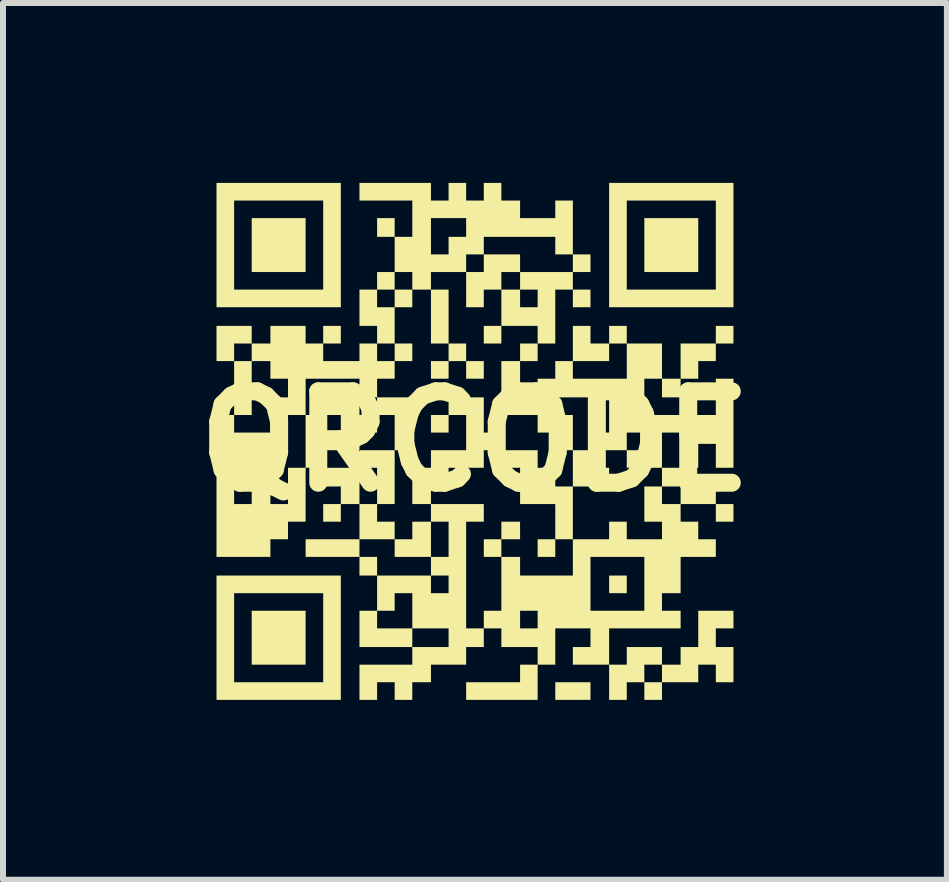
<source format=kicad_pcb>
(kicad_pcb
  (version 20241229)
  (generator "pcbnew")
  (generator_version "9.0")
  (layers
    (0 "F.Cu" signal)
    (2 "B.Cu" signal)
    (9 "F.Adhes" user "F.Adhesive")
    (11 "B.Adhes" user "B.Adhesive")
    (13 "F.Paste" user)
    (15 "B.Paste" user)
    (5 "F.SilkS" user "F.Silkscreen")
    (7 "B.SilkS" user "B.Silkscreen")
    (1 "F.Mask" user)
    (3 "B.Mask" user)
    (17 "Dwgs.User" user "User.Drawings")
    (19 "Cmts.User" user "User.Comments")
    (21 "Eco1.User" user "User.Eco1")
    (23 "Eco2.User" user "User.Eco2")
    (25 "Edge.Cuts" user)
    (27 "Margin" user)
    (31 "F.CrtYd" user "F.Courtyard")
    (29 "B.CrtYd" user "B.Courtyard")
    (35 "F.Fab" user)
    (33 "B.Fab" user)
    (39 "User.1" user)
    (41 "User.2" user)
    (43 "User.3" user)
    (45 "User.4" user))
  (footprint "QRCODE"
    (layer "F.Cu")
    (at 4.87 4.31)
    (property "Reference" "QRCODE" (at 0 0 0) (layer "F.SilkS") (effects (font (size 1.524 1.524) (thickness 0.3))))
    (attr board_only exclude_from_pos_files exclude_from_bom)
    (fp_poly (pts (xy -2.824 -2.824) (xy -3.723 -2.824) (xy -3.723 -3.723) (xy -2.824 -3.723)) (stroke (width 0) (type solid)) (fill yes) (layer "F.SilkS"))
    (fp_poly (pts (xy -2.824 3.723) (xy -3.723 3.723) (xy -3.723 2.824) (xy -2.824 2.824)) (stroke (width 0) (type solid)) (fill yes) (layer "F.SilkS"))
    (fp_poly (pts (xy -2.237 -1.632) (xy -2.531 -1.632) (xy -2.531 -1.926) (xy -2.237 -1.926)) (stroke (width 0) (type solid)) (fill yes) (layer "F.SilkS"))
    (fp_poly (pts (xy -2.237 1.339) (xy -2.531 1.339) (xy -2.531 1.045) (xy -2.237 1.045)) (stroke (width 0) (type solid)) (fill yes) (layer "F.SilkS"))
    (fp_poly (pts (xy -1.926 1.926) (xy -2.824 1.926) (xy -2.824 1.632) (xy -1.926 1.632)) (stroke (width 0) (type solid)) (fill yes) (layer "F.SilkS"))
    (fp_poly (pts (xy -1.632 2.237) (xy -1.926 2.237) (xy -1.926 1.926) (xy -1.632 1.926)) (stroke (width 0) (type solid)) (fill yes) (layer "F.SilkS"))
    (fp_poly (pts (xy -1.339 -3.411) (xy -1.632 -3.411) (xy -1.632 -3.723) (xy -1.339 -3.723)) (stroke (width 0) (type solid)) (fill yes) (layer "F.SilkS"))
    (fp_poly (pts (xy -1.339 -2.531) (xy -1.632 -2.531) (xy -1.632 -2.824) (xy -1.339 -2.824)) (stroke (width 0) (type solid)) (fill yes) (layer "F.SilkS"))
    (fp_poly (pts (xy -1.045 -2.237) (xy -1.339 -2.237) (xy -1.339 -2.531) (xy -1.045 -2.531)) (stroke (width 0) (type solid)) (fill yes) (layer "F.SilkS"))
    (fp_poly (pts (xy -1.045 -1.339) (xy -1.339 -1.339) (xy -1.339 -1.632) (xy -1.045 -1.632)) (stroke (width 0) (type solid)) (fill yes) (layer "F.SilkS"))
    (fp_poly (pts (xy -0.44 -1.632) (xy -0.734 -1.632) (xy -0.734 -2.531) (xy -0.44 -2.531)) (stroke (width 0) (type solid)) (fill yes) (layer "F.SilkS"))
    (fp_poly (pts (xy -0.44 -1.045) (xy -0.734 -1.045) (xy -0.734 -1.339) (xy -0.44 -1.339)) (stroke (width 0) (type solid)) (fill yes) (layer "F.SilkS"))
    (fp_poly (pts (xy -0.44 -0.147) (xy -0.734 -0.147) (xy -0.734 -0.44) (xy -0.44 -0.44)) (stroke (width 0) (type solid)) (fill yes) (layer "F.SilkS"))
    (fp_poly (pts (xy -0.147 -1.339) (xy -0.44 -1.339) (xy -0.44 -1.632) (xy -0.147 -1.632)) (stroke (width 0) (type solid)) (fill yes) (layer "F.SilkS"))
    (fp_poly (pts (xy 0.147 -1.045) (xy -0.147 -1.045) (xy -0.147 -1.339) (xy 0.147 -1.339)) (stroke (width 0) (type solid)) (fill yes) (layer "F.SilkS"))
    (fp_poly (pts (xy 0.44 -1.632) (xy 0.147 -1.632) (xy 0.147 -1.926) (xy 0.44 -1.926)) (stroke (width 0) (type solid)) (fill yes) (layer "F.SilkS"))
    (fp_poly (pts (xy 0.44 1.926) (xy 0.147 1.926) (xy 0.147 1.632) (xy 0.44 1.632)) (stroke (width 0) (type solid)) (fill yes) (layer "F.SilkS"))
    (fp_poly (pts (xy 0.752 1.632) (xy 0.44 1.632) (xy 0.44 1.339) (xy 0.752 1.339)) (stroke (width 0) (type solid)) (fill yes) (layer "F.SilkS"))
    (fp_poly (pts (xy 1.045 -1.339) (xy 0.752 -1.339) (xy 0.752 -1.632) (xy 1.045 -1.632)) (stroke (width 0) (type solid)) (fill yes) (layer "F.SilkS"))
    (fp_poly (pts (xy 1.339 1.926) (xy 1.045 1.926) (xy 1.045 1.632) (xy 1.339 1.632)) (stroke (width 0) (type solid)) (fill yes) (layer "F.SilkS"))
    (fp_poly (pts (xy 1.926 -2.824) (xy 1.632 -2.824) (xy 1.632 -3.118) (xy 1.926 -3.118)) (stroke (width 0) (type solid)) (fill yes) (layer "F.SilkS"))
    (fp_poly (pts (xy 1.926 -2.237) (xy 1.632 -2.237) (xy 1.632 -2.531) (xy 1.926 -2.531)) (stroke (width 0) (type solid)) (fill yes) (layer "F.SilkS"))
    (fp_poly (pts (xy 1.926 4.31) (xy 1.339 4.31) (xy 1.339 4.016) (xy 1.926 4.016)) (stroke (width 0) (type solid)) (fill yes) (layer "F.SilkS"))
    (fp_poly (pts (xy 2.531 2.531) (xy 2.237 2.531) (xy 2.237 2.237) (xy 2.531 2.237)) (stroke (width 0) (type solid)) (fill yes) (layer "F.SilkS"))
    (fp_poly (pts (xy 3.429 -0.734) (xy 3.118 -0.734) (xy 3.118 -1.045) (xy 3.429 -1.045)) (stroke (width 0) (type solid)) (fill yes) (layer "F.SilkS"))
    (fp_poly (pts (xy 3.723 -2.824) (xy 2.824 -2.824) (xy 2.824 -3.723) (xy 3.723 -3.723)) (stroke (width 0) (type solid)) (fill yes) (layer "F.SilkS"))
    (fp_poly (pts (xy 4.016 1.045) (xy 3.429 1.045) (xy 3.429 0.752) (xy 4.016 0.752)) (stroke (width 0) (type solid)) (fill yes) (layer "F.SilkS"))
    (fp_poly (pts (xy 4.31 -1.632) (xy 4.016 -1.632) (xy 4.016 -1.926) (xy 4.31 -1.926)) (stroke (width 0) (type solid)) (fill yes) (layer "F.SilkS"))
    (fp_poly (pts (xy 4.31 1.339) (xy 4.016 1.339) (xy 4.016 1.045) (xy 4.31 1.045)) (stroke (width 0) (type solid)) (fill yes) (layer "F.SilkS"))
    (fp_poly (pts (xy -1.926 1.045) (xy -2.237 1.045) (xy -2.237 0.752) (xy -2.531 0.752) (xy -2.531 0.44) (xy -1.926 0.44)) (stroke (width 0) (type solid)) (fill yes) (layer "F.SilkS"))
    (fp_poly (pts (xy -1.632 1.339) (xy -1.339 1.339) (xy -1.339 1.632) (xy -1.926 1.632) (xy -1.926 1.045) (xy -1.632 1.045)) (stroke (width 0) (type solid)) (fill yes) (layer "F.SilkS"))
    (fp_poly (pts (xy -1.339 1.045) (xy -1.632 1.045) (xy -1.632 0.44) (xy -1.926 0.44) (xy -1.926 0.147) (xy -1.339 0.147)) (stroke (width 0) (type solid)) (fill yes) (layer "F.SilkS"))
    (fp_poly (pts (xy -1.045 0.147) (xy -1.339 0.147) (xy -1.339 -0.44) (xy -1.632 -0.44) (xy -1.632 -0.734) (xy -1.045 -0.734)) (stroke (width 0) (type solid)) (fill yes) (layer "F.SilkS"))
    (fp_poly (pts (xy -0.734 1.926) (xy -1.339 1.926) (xy -1.339 1.632) (xy -1.045 1.632) (xy -1.045 1.339) (xy -0.734 1.339)) (stroke (width 0) (type solid)) (fill yes) (layer "F.SilkS"))
    (fp_poly (pts (xy 1.045 4.31) (xy -0.147 4.31) (xy -0.147 4.016) (xy 0.752 4.016) (xy 0.752 3.723) (xy 1.045 3.723)) (stroke (width 0) (type solid)) (fill yes) (layer "F.SilkS"))
    (fp_poly (pts (xy 1.926 0.44) (xy 2.237 0.44) (xy 2.237 0.752) (xy 1.632 0.752) (xy 1.632 0.147) (xy 1.926 0.147)) (stroke (width 0) (type solid)) (fill yes) (layer "F.SilkS"))
    (fp_poly (pts (xy 4.016 -1.339) (xy 3.723 -1.339) (xy 3.723 -1.045) (xy 3.429 -1.045) (xy 3.429 -1.632) (xy 4.016 -1.632)) (stroke (width 0) (type solid)) (fill yes) (layer "F.SilkS"))
    (fp_poly (pts (xy -1.632 -2.237) (xy -1.339 -2.237) (xy -1.339 -1.632) (xy -1.632 -1.632) (xy -1.632 -1.926) (xy -1.926 -1.926) (xy -1.926 -2.531) (xy -1.632 -2.531)) (stroke (width 0) (type solid)) (fill yes) (layer "F.SilkS"))
    (fp_poly (pts (xy 0.752 -2.824) (xy 0.44 -2.824) (xy 0.44 -2.531) (xy 0.147 -2.531) (xy 0.147 -2.237) (xy -0.147 -2.237) (xy -0.147 -2.824) (xy 0.147 -2.824) (xy 0.147 -3.118) (xy 0.752 -3.118)) (stroke (width 0) (type solid)) (fill yes) (layer "F.SilkS"))
    (fp_poly (pts (xy -2.237 -2.237) (xy -4.31 -2.237) (xy -4.31 -2.531) (xy -4.016 -2.531) (xy -2.531 -2.531) (xy -2.531 -4.016) (xy -4.016 -4.016) (xy -4.016 -2.531) (xy -4.31 -2.531) (xy -4.31 -4.31) (xy -2.237 -4.31)) (stroke (width 0) (type solid)) (fill yes) (layer "F.SilkS"))
    (fp_poly (pts (xy -2.237 4.31) (xy -4.31 4.31) (xy -4.31 4.016) (xy -4.016 4.016) (xy -2.531 4.016) (xy -2.531 2.531) (xy -4.016 2.531) (xy -4.016 4.016) (xy -4.31 4.016) (xy -4.31 2.237) (xy -2.237 2.237)) (stroke (width 0) (type solid)) (fill yes) (layer "F.SilkS"))
    (fp_poly (pts (xy 4.31 -2.237) (xy 2.237 -2.237) (xy 2.237 -2.531) (xy 2.531 -2.531) (xy 4.016 -2.531) (xy 4.016 -4.016) (xy 2.531 -4.016) (xy 2.531 -2.531) (xy 2.237 -2.531) (xy 2.237 -4.31) (xy 4.31 -4.31)) (stroke (width 0) (type solid)) (fill yes) (layer "F.SilkS"))
    (fp_poly (pts (xy 1.045 0.44) (xy 1.339 0.44) (xy 1.339 0.752) (xy 1.632 0.752) (xy 1.632 1.632) (xy 1.339 1.632) (xy 1.339 1.045) (xy 0.752 1.045) (xy 0.752 0.44) (xy 0.44 0.44) (xy 0.44 0.147) (xy 1.045 0.147)) (stroke (width 0) (type solid)) (fill yes) (layer "F.SilkS"))
    (fp_poly (pts (xy 1.632 -2.531) (xy 1.339 -2.531) (xy 1.339 -1.632) (xy 1.045 -1.632) (xy 1.045 -1.926) (xy 0.44 -1.926) (xy 0.44 -2.237) (xy 0.752 -2.237) (xy 1.045 -2.237) (xy 1.045 -2.531) (xy 0.752 -2.531) (xy 0.752 -2.237) (xy 0.44 -2.237) (xy 0.44 -2.531) (xy 0.752 -2.531) (xy 0.752 -2.824) (xy 1.632 -2.824)) (stroke (width 0) (type solid)) (fill yes) (layer "F.SilkS"))
    (fp_poly (pts (xy -0.44 -0.734) (xy 0.147 -0.734) (xy 0.147 -0.147) (xy 0.44 -0.147) (xy 0.44 0.147) (xy 0.147 0.147) (xy 0.147 0.44) (xy -0.44 0.44) (xy -0.44 0.752) (xy -0.734 0.752) (xy -0.734 1.045) (xy -1.045 1.045) (xy -1.045 0.44) (xy -0.734 0.44) (xy -0.734 0.147) (xy -0.147 0.147) (xy -0.147 -0.44) (xy -0.44 -0.44)) (stroke (width 0) (type solid)) (fill yes) (layer "F.SilkS"))
    (fp_poly (pts (xy 4.31 3.118) (xy 4.016 3.118) (xy 4.016 3.429) (xy 4.31 3.429) (xy 4.31 4.016) (xy 4.016 4.016) (xy 4.016 3.723) (xy 3.723 3.723) (xy 3.723 4.016) (xy 3.118 4.016) (xy 3.118 4.31) (xy 2.824 4.31) (xy 2.824 4.016) (xy 3.118 4.016) (xy 3.118 3.723) (xy 2.824 3.723) (xy 2.824 4.016) (xy 2.531 4.016) (xy 2.531 4.31) (xy 2.237 4.31) (xy 2.237 3.723) (xy 2.531 3.723) (xy 2.531 3.429) (xy 3.118 3.429) (xy 3.118 3.723) (xy 3.429 3.723) (xy 3.429 3.429) (xy 3.723 3.429) (xy 3.723 2.824) (xy 4.31 2.824)) (stroke (width 0) (type solid)) (fill yes) (layer "F.SilkS"))
    (fp_poly (pts (xy -1.339 -3.411) (xy -1.045 -3.411) (xy -1.045 -4.016) (xy -1.926 -4.016) (xy -1.926 -4.31) (xy -0.734 -4.31) (xy -0.734 -4.016) (xy -0.44 -4.016) (xy -0.44 -4.31) (xy -0.147 -4.31) (xy -0.147 -4.016) (xy 0.147 -4.016) (xy 0.147 -4.31) (xy 0.44 -4.31) (xy 0.44 -4.016) (xy 0.752 -4.016) (xy 0.752 -3.723) (xy 1.339 -3.723) (xy 1.339 -4.016) (xy 1.632 -4.016) (xy 1.632 -3.118) (xy 1.339 -3.118) (xy 1.339 -3.411) (xy 0.147 -3.411) (xy 0.147 -3.118) (xy -0.147 -3.118) (xy -0.147 -2.824) (xy -0.734 -2.824) (xy -0.734 -2.531) (xy -1.045 -2.531) (xy -1.045 -2.824) (xy -1.339 -2.824) (xy -1.339 -3.118) (xy -0.734 -3.118) (xy -0.44 -3.118) (xy -0.44 -3.411) (xy -0.147 -3.411) (xy -0.147 -3.723) (xy -0.734 -3.723) (xy -0.734 -3.118) (xy -1.339 -3.118)) (stroke (width 0) (type solid)) (fill yes) (layer "F.SilkS"))
    (fp_poly (pts (xy 0.147 1.339) (xy -0.147 1.339) (xy -0.147 3.118) (xy 0.147 3.118) (xy 0.147 3.429) (xy -0.147 3.429) (xy -0.147 3.723) (xy -0.734 3.723) (xy -0.734 4.016) (xy -1.045 4.016) (xy -1.045 4.31) (xy -1.339 4.31) (xy -1.339 4.016) (xy -1.632 4.016) (xy -1.632 4.31) (xy -1.926 4.31) (xy -1.926 3.723) (xy -1.045 3.723) (xy -1.045 3.429) (xy -0.44 3.429) (xy -0.44 3.118) (xy -1.045 3.118) (xy -1.045 3.429) (xy -1.926 3.429) (xy -1.926 3.118) (xy -1.632 3.118) (xy -1.045 3.118) (xy -1.045 2.531) (xy -0.734 2.531) (xy -0.44 2.531) (xy -0.44 2.237) (xy -0.734 2.237) (xy -0.734 2.531) (xy -1.045 2.531) (xy -1.339 2.531) (xy -1.339 2.824) (xy -1.632 2.824) (xy -1.632 3.118) (xy -1.926 3.118) (xy -1.926 2.824) (xy -1.632 2.824) (xy -1.632 2.237) (xy -0.734 2.237) (xy -0.734 1.926) (xy -0.44 1.926) (xy -0.44 1.339) (xy -0.734 1.339) (xy -0.734 1.045) (xy 0.147 1.045)) (stroke (width 0) (type solid)) (fill yes) (layer "F.SilkS"))
    (fp_poly (pts (xy 3.118 1.045) (xy 3.429 1.045) (xy 3.429 1.339) (xy 3.723 1.339) (xy 3.723 1.632) (xy 4.016 1.632) (xy 4.016 1.926) (xy 3.429 1.926) (xy 3.429 2.531) (xy 3.118 2.531) (xy 3.118 2.824) (xy 3.429 2.824) (xy 3.429 3.118) (xy 2.237 3.118) (xy 2.237 3.723) (xy 1.632 3.723) (xy 1.632 3.429) (xy 1.926 3.429) (xy 1.926 3.118) (xy 1.339 3.118) (xy 1.339 3.723) (xy 1.045 3.723) (xy 1.045 3.429) (xy 0.44 3.429) (xy 0.44 3.118) (xy 0.752 3.118) (xy 1.045 3.118) (xy 1.045 2.824) (xy 1.926 2.824) (xy 2.824 2.824) (xy 2.824 1.926) (xy 1.926 1.926) (xy 1.926 2.824) (xy 1.045 2.824) (xy 0.752 2.824) (xy 0.752 3.118) (xy 0.44 3.118) (xy 0.147 3.118) (xy 0.147 2.824) (xy 0.44 2.824) (xy 0.44 1.926) (xy 0.752 1.926) (xy 0.752 2.237) (xy 1.632 2.237) (xy 1.632 1.632) (xy 2.237 1.632) (xy 2.237 1.339) (xy 2.531 1.339) (xy 2.531 1.632) (xy 3.118 1.632) (xy 3.118 1.339) (xy 2.824 1.339) (xy 2.824 0.752) (xy 3.118 0.752)) (stroke (width 0) (type solid)) (fill yes) (layer "F.SilkS"))
    (fp_poly (pts (xy 3.118 -1.632) (xy 3.118 -1.045) (xy 2.824 -1.045) (xy 2.824 -0.44) (xy 4.016 -0.44) (xy 4.016 -1.045) (xy 4.31 -1.045) (xy 4.31 0.44) (xy 4.016 0.44) (xy 4.016 -0.147) (xy 3.723 -0.147) (xy 3.723 0.44) (xy 3.429 0.44) (xy 3.429 0.752) (xy 3.118 0.752) (xy 3.118 0.44) (xy 3.429 0.44) (xy 3.429 -0.147) (xy 3.118 -0.147) (xy 3.118 0.44) (xy 2.531 0.44) (xy 2.531 0.147) (xy 2.824 0.147) (xy 2.824 -0.147) (xy 2.531 -0.147) (xy 2.531 0.147) (xy 1.926 0.147) (xy 1.926 -0.147) (xy 2.237 -0.147) (xy 2.237 -0.734) (xy 1.339 -0.734) (xy 1.339 -0.44) (xy 1.632 -0.44) (xy 1.632 0.147) (xy 1.339 0.147) (xy 1.339 -0.147) (xy 1.045 -0.147) (xy 1.045 -0.44) (xy 0.44 -0.44) (xy 0.44 -1.339) (xy 0.752 -1.339) (xy 0.752 -0.734) (xy 1.045 -0.734) (xy 1.045 -1.045) (xy 1.339 -1.045) (xy 1.632 -1.045) (xy 2.531 -1.045) (xy 2.531 -1.632) (xy 2.237 -1.632) (xy 2.237 -1.339) (xy 1.632 -1.339) (xy 1.632 -1.045) (xy 1.339 -1.045) (xy 1.339 -1.339) (xy 1.632 -1.339) (xy 1.632 -1.926) (xy 1.926 -1.926) (xy 1.926 -1.632) (xy 2.237 -1.632) (xy 2.237 -1.926) (xy 2.531 -1.926) (xy 2.531 -1.632)) (stroke (width 0) (type solid)) (fill yes) (layer "F.SilkS"))
    (fp_poly (pts (xy -3.723 -1.632) (xy -3.411 -1.632) (xy -3.411 -1.926) (xy -2.824 -1.926) (xy -2.824 -1.632) (xy -2.531 -1.632) (xy -2.531 -1.339) (xy -1.926 -1.339) (xy -1.926 -1.632) (xy -1.632 -1.632) (xy -1.632 -1.339) (xy -1.339 -1.339) (xy -1.339 -1.045) (xy -1.632 -1.045) (xy -1.632 -0.734) (xy -1.926 -0.734) (xy -1.926 -0.44) (xy -1.632 -0.44) (xy -1.632 -0.147) (xy -1.926 -0.147) (xy -1.926 0.147) (xy -2.531 0.147) (xy -2.531 0.44) (xy -2.824 0.44) (xy -2.824 1.339) (xy -3.118 1.339) (xy -3.118 1.632) (xy -3.411 1.632) (xy -3.411 1.926) (xy -4.31 1.926) (xy -4.31 1.045) (xy -4.016 1.045) (xy -3.723 1.045) (xy -3.411 1.045) (xy -3.118 1.045) (xy -3.118 0.44) (xy -2.824 0.44) (xy -2.824 -0.147) (xy -2.531 -0.147) (xy -2.237 -0.147) (xy -2.237 -0.44) (xy -2.531 -0.44) (xy -2.531 -0.147) (xy -2.824 -0.147) (xy -2.824 -0.44) (xy -2.531 -0.44) (xy -2.531 -0.734) (xy -1.926 -0.734) (xy -1.926 -1.045) (xy -2.824 -1.045) (xy -2.824 -0.44) (xy -3.118 -0.44) (xy -3.118 0.147) (xy -3.411 0.147) (xy -3.411 1.045) (xy -3.723 1.045) (xy -3.723 0.752) (xy -4.016 0.752) (xy -4.016 1.045) (xy -4.31 1.045) (xy -4.31 -0.147) (xy -4.016 -0.147) (xy -3.411 -0.147) (xy -3.411 -0.734) (xy -3.118 -0.734) (xy -3.118 -1.045) (xy -3.411 -1.045) (xy -3.411 -1.339) (xy -3.723 -1.339) (xy -3.723 -0.44) (xy -4.016 -0.44) (xy -4.016 -0.147) (xy -4.31 -0.147) (xy -4.31 -0.44) (xy -4.016 -0.44) (xy -4.016 -1.339) (xy -3.723 -1.339) (xy -3.723 -1.632) (xy -4.016 -1.632) (xy -4.016 -1.339) (xy -4.31 -1.339) (xy -4.31 -1.926) (xy -3.723 -1.926)) (stroke (width 0) (type solid)) (fill yes) (layer "F.SilkS")))
  (gr_rect
    (start -3 -3)
    (end 12.739 11.619)
    (stroke (width 0.1) (type default))
    (fill no)
    (layer "Edge.Cuts")))
</source>
